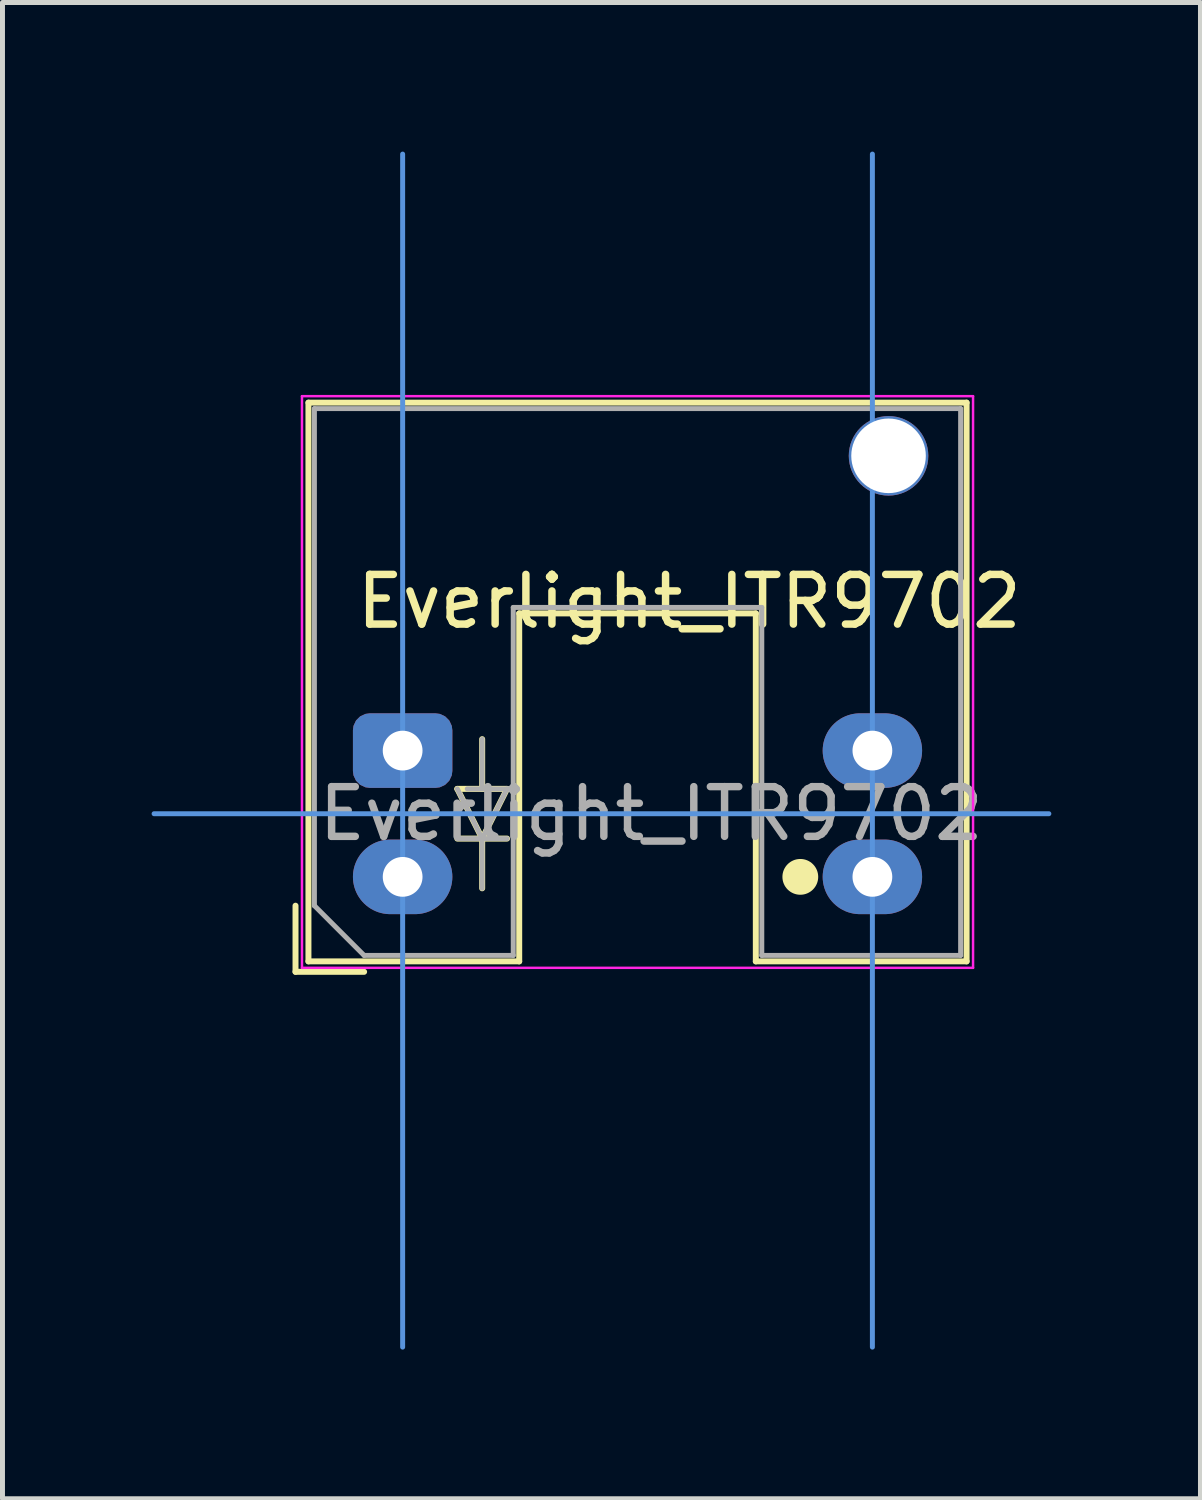
<source format=kicad_pcb>
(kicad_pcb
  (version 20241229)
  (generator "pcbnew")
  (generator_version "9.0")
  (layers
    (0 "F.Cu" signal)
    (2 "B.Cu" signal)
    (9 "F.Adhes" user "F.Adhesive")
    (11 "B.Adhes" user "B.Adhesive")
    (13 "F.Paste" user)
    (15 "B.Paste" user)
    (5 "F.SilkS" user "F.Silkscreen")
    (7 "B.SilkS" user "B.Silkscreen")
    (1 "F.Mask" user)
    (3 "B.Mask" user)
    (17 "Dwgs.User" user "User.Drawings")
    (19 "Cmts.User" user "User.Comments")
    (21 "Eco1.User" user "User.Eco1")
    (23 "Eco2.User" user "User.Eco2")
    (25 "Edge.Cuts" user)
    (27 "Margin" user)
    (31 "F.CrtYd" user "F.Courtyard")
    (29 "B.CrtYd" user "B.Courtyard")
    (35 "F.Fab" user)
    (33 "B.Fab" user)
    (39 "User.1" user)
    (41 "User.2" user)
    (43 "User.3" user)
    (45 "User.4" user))
  (footprint "Everlight_ITR9702"
    (layer "F.Cu")
    (at 5.05 12.05)
    (property "Reference" "Everlight_ITR9702" (at -1 -3 180) (layer "F.SilkS") (effects (font (size 1 1) (thickness 0.15)) (justify left)))
    (attr through_hole)
    (fp_line (start -2.155 4.45) (end -2.155 3.12) (stroke (width 0.12) (type solid)) (layer "F.SilkS"))
    (fp_line (start -2.155 4.45) (end -0.775 4.45) (stroke (width 0.12) (type solid)) (layer "F.SilkS"))
    (fp_line (start -1.895 -7) (end 11.345 -7) (stroke (width 0.12) (type solid)) (layer "F.SilkS"))
    (fp_line (start -1.895 4.24) (end -1.895 -7) (stroke (width 0.12) (type solid)) (layer "F.SilkS"))
    (fp_line (start 1.1 0.77) (end 1.6 1.77) (stroke (width 0.12) (type solid)) (layer "F.SilkS"))
    (fp_line (start 1.6 0.77) (end 1.6 -0.23) (stroke (width 0.12) (type solid)) (layer "F.SilkS"))
    (fp_line (start 1.6 1.77) (end 1.6 2.77) (stroke (width 0.12) (type solid)) (layer "F.SilkS"))
    (fp_line (start 1.6 1.77) (end 2.1 0.77) (stroke (width 0.12) (type solid)) (layer "F.SilkS"))
    (fp_line (start 2.1 0.77) (end 1.1 0.77) (stroke (width 0.12) (type solid)) (layer "F.SilkS"))
    (fp_line (start 2.1 1.77) (end 1.1 1.77) (stroke (width 0.12) (type solid)) (layer "F.SilkS"))
    (fp_line (start 2.345 4.24) (end -1.895 4.24) (stroke (width 0.12) (type solid)) (layer "F.SilkS"))
    (fp_line (start 2.345 4.24) (end 2.345 -2.76) (stroke (width 0.12) (type solid)) (layer "F.SilkS"))
    (fp_line (start 7.105 -2.76) (end 2.345 -2.76) (stroke (width 0.12) (type solid)) (layer "F.SilkS"))
    (fp_line (start 7.105 4.24) (end 7.105 -2.76) (stroke (width 0.12) (type solid)) (layer "F.SilkS"))
    (fp_line (start 11.345 -7) (end 11.345 4.24) (stroke (width 0.12) (type solid)) (layer "F.SilkS"))
    (fp_line (start 11.345 4.24) (end 7.105 4.24) (stroke (width 0.12) (type solid)) (layer "F.SilkS"))
    (fp_circle (center 8 2.54) (end 8.3 2.54) (stroke (width 0.12) (type solid)) (fill yes) (layer "F.SilkS"))
    (fp_line (start -5 1.27) (end 13 1.27) (stroke (width 0.1) (type default)) (layer "Cmts.User"))
    (fp_line (start 0 -12) (end 0 12) (stroke (width 0.1) (type default)) (layer "Cmts.User"))
    (fp_line (start 9.45 -12) (end 9.45 12) (stroke (width 0.1) (type default)) (layer "Cmts.User"))
    (fp_line (start -2.025 -7.13) (end 11.475 -7.13) (stroke (width 0.05) (type solid)) (layer "F.CrtYd"))
    (fp_line (start -2.025 4.37) (end -2.025 -7.13) (stroke (width 0.05) (type solid)) (layer "F.CrtYd"))
    (fp_line (start 11.475 -7.13) (end 11.475 4.37) (stroke (width 0.05) (type solid)) (layer "F.CrtYd"))
    (fp_line (start 11.475 4.37) (end -2.025 4.37) (stroke (width 0.05) (type solid)) (layer "F.CrtYd"))
    (fp_line (start -1.775 -6.88) (end 11.225 -6.88) (stroke (width 0.1) (type solid)) (layer "F.Fab"))
    (fp_line (start -1.775 3.12) (end -1.775 -6.88) (stroke (width 0.1) (type solid)) (layer "F.Fab"))
    (fp_line (start -1.775 3.12) (end -0.775 4.12) (stroke (width 0.1) (type solid)) (layer "F.Fab"))
    (fp_line (start 1.1 0.77) (end 1.6 1.77) (stroke (width 0.1) (type solid)) (layer "F.Fab"))
    (fp_line (start 1.6 0.77) (end 1.6 -0.23) (stroke (width 0.1) (type solid)) (layer "F.Fab"))
    (fp_line (start 1.6 1.77) (end 1.6 2.77) (stroke (width 0.1) (type solid)) (layer "F.Fab"))
    (fp_line (start 1.6 1.77) (end 2.1 0.77) (stroke (width 0.1) (type solid)) (layer "F.Fab"))
    (fp_line (start 2.1 1.77) (end 1.1 1.77) (stroke (width 0.1) (type solid)) (layer "F.Fab"))
    (fp_line (start 2.225 -2.88) (end 2.225 4.12) (stroke (width 0.1) (type solid)) (layer "F.Fab"))
    (fp_line (start 2.225 -2.88) (end 7.225 -2.88) (stroke (width 0.1) (type solid)) (layer "F.Fab"))
    (fp_line (start 2.225 4.12) (end -0.775 4.12) (stroke (width 0.1) (type solid)) (layer "F.Fab"))
    (fp_line (start 2.3 0.77) (end 1.3 0.77) (stroke (width 0.1) (type solid)) (layer "F.Fab"))
    (fp_line (start 7.225 -2.88) (end 7.225 4.12) (stroke (width 0.1) (type solid)) (layer "F.Fab"))
    (fp_line (start 7.225 4.12) (end 11.225 4.12) (stroke (width 0.1) (type solid)) (layer "F.Fab"))
    (fp_line (start 11.225 -6.88) (end 11.225 4.12) (stroke (width 0.1) (type solid)) (layer "F.Fab"))
    (fp_text user "${REFERENCE}" (at 5 1.27 180) (layer "F.Fab") (effects (font (size 1 1) (thickness 0.15))))
    (pad "" np_thru_hole circle (at 9.775 -5.93 90) (size 1.6 1.6) (drill 1.5) (layers "*.Cu" "*.Mask"))
    (pad "1" thru_hole roundrect (at 0 0 90) (size 1.5 2) (drill 0.8) (layers "*.Cu" "*.Mask") (roundrect_rratio 0.227))
    (pad "2" thru_hole oval (at 0 2.54 90) (size 1.5 2) (drill 0.8) (layers "*.Cu" "*.Mask"))
    (pad "3" thru_hole oval (at 9.45 2.54 90) (size 1.5 2) (drill 0.8) (layers "*.Cu" "*.Mask"))
    (pad "4" thru_hole oval (at 9.45 0 90) (size 1.5 2) (drill 0.8) (layers "*.Cu" "*.Mask")))
  (gr_rect
    (start -3 -3)
    (end 21.1 27.1)
    (stroke (width 0.1) (type default))
    (fill no)
    (layer "Edge.Cuts")))
</source>
